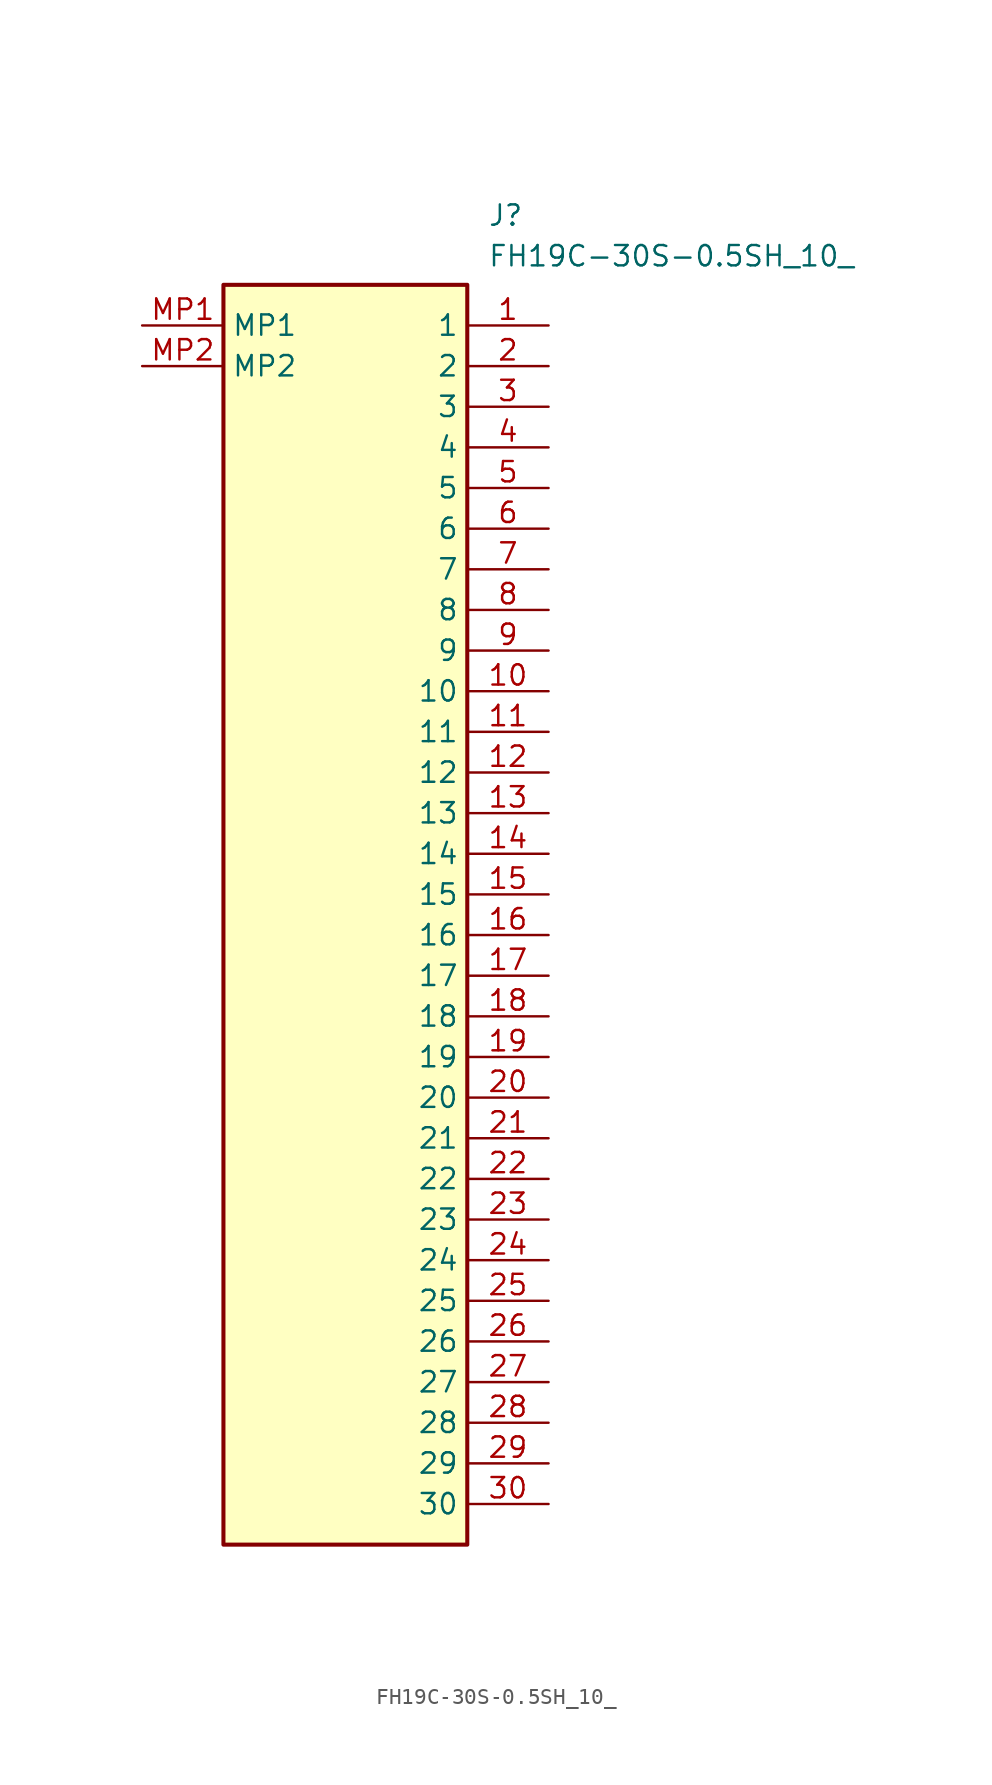
<source format=kicad_sym>
(kicad_symbol_lib
  (version 20211014)
  (generator SamacSys_ECAD_Model)
  (symbol "FH19C-30S-0.5SH_10_"
    (property "Reference" "J"
      (at 21.59 7.62 0)
      (effects (font (size 1.27 1.27)) (justify left top)))
    (property "Value" "FH19C-30S-0.5SH_10_"
      (at 21.59 5.08 0)
      (effects (font (size 1.27 1.27)) (justify left top)))
    (rectangle
      (start 5.08 2.54)
      (end 20.32 -76.2)
      (stroke (width 0.254) (type default))
      (fill (type background)))
    (pin passive line
      (at 25.4 0 180)
      (length 5.08)
      (name "1" (effects (font (size 1.27 1.27))))
      (number "1" (effects (font (size 1.27 1.27)))))
    (pin passive line
      (at 25.4 -2.54 180)
      (length 5.08)
      (name "2" (effects (font (size 1.27 1.27))))
      (number "2" (effects (font (size 1.27 1.27)))))
    (pin passive line
      (at 25.4 -5.08 180)
      (length 5.08)
      (name "3" (effects (font (size 1.27 1.27))))
      (number "3" (effects (font (size 1.27 1.27)))))
    (pin passive line
      (at 25.4 -7.62 180)
      (length 5.08)
      (name "4" (effects (font (size 1.27 1.27))))
      (number "4" (effects (font (size 1.27 1.27)))))
    (pin passive line
      (at 25.4 -10.16 180)
      (length 5.08)
      (name "5" (effects (font (size 1.27 1.27))))
      (number "5" (effects (font (size 1.27 1.27)))))
    (pin passive line
      (at 25.4 -12.7 180)
      (length 5.08)
      (name "6" (effects (font (size 1.27 1.27))))
      (number "6" (effects (font (size 1.27 1.27)))))
    (pin passive line
      (at 25.4 -15.24 180)
      (length 5.08)
      (name "7" (effects (font (size 1.27 1.27))))
      (number "7" (effects (font (size 1.27 1.27)))))
    (pin passive line
      (at 25.4 -17.78 180)
      (length 5.08)
      (name "8" (effects (font (size 1.27 1.27))))
      (number "8" (effects (font (size 1.27 1.27)))))
    (pin passive line
      (at 25.4 -20.32 180)
      (length 5.08)
      (name "9" (effects (font (size 1.27 1.27))))
      (number "9" (effects (font (size 1.27 1.27)))))
    (pin passive line
      (at 25.4 -22.86 180)
      (length 5.08)
      (name "10" (effects (font (size 1.27 1.27))))
      (number "10" (effects (font (size 1.27 1.27)))))
    (pin passive line
      (at 25.4 -25.4 180)
      (length 5.08)
      (name "11" (effects (font (size 1.27 1.27))))
      (number "11" (effects (font (size 1.27 1.27)))))
    (pin passive line
      (at 25.4 -27.94 180)
      (length 5.08)
      (name "12" (effects (font (size 1.27 1.27))))
      (number "12" (effects (font (size 1.27 1.27)))))
    (pin passive line
      (at 25.4 -30.48 180)
      (length 5.08)
      (name "13" (effects (font (size 1.27 1.27))))
      (number "13" (effects (font (size 1.27 1.27)))))
    (pin passive line
      (at 25.4 -33.02 180)
      (length 5.08)
      (name "14" (effects (font (size 1.27 1.27))))
      (number "14" (effects (font (size 1.27 1.27)))))
    (pin passive line
      (at 25.4 -35.56 180)
      (length 5.08)
      (name "15" (effects (font (size 1.27 1.27))))
      (number "15" (effects (font (size 1.27 1.27)))))
    (pin passive line
      (at 25.4 -38.1 180)
      (length 5.08)
      (name "16" (effects (font (size 1.27 1.27))))
      (number "16" (effects (font (size 1.27 1.27)))))
    (pin passive line
      (at 25.4 -40.64 180)
      (length 5.08)
      (name "17" (effects (font (size 1.27 1.27))))
      (number "17" (effects (font (size 1.27 1.27)))))
    (pin passive line
      (at 25.4 -43.18 180)
      (length 5.08)
      (name "18" (effects (font (size 1.27 1.27))))
      (number "18" (effects (font (size 1.27 1.27)))))
    (pin passive line
      (at 25.4 -45.72 180)
      (length 5.08)
      (name "19" (effects (font (size 1.27 1.27))))
      (number "19" (effects (font (size 1.27 1.27)))))
    (pin passive line
      (at 25.4 -48.26 180)
      (length 5.08)
      (name "20" (effects (font (size 1.27 1.27))))
      (number "20" (effects (font (size 1.27 1.27)))))
    (pin passive line
      (at 25.4 -50.8 180)
      (length 5.08)
      (name "21" (effects (font (size 1.27 1.27))))
      (number "21" (effects (font (size 1.27 1.27)))))
    (pin passive line
      (at 25.4 -53.34 180)
      (length 5.08)
      (name "22" (effects (font (size 1.27 1.27))))
      (number "22" (effects (font (size 1.27 1.27)))))
    (pin passive line
      (at 25.4 -55.88 180)
      (length 5.08)
      (name "23" (effects (font (size 1.27 1.27))))
      (number "23" (effects (font (size 1.27 1.27)))))
    (pin passive line
      (at 25.4 -58.42 180)
      (length 5.08)
      (name "24" (effects (font (size 1.27 1.27))))
      (number "24" (effects (font (size 1.27 1.27)))))
    (pin passive line
      (at 25.4 -60.96 180)
      (length 5.08)
      (name "25" (effects (font (size 1.27 1.27))))
      (number "25" (effects (font (size 1.27 1.27)))))
    (pin passive line
      (at 25.4 -63.5 180)
      (length 5.08)
      (name "26" (effects (font (size 1.27 1.27))))
      (number "26" (effects (font (size 1.27 1.27)))))
    (pin passive line
      (at 25.4 -66.04 180)
      (length 5.08)
      (name "27" (effects (font (size 1.27 1.27))))
      (number "27" (effects (font (size 1.27 1.27)))))
    (pin passive line
      (at 25.4 -68.58 180)
      (length 5.08)
      (name "28" (effects (font (size 1.27 1.27))))
      (number "28" (effects (font (size 1.27 1.27)))))
    (pin passive line
      (at 25.4 -71.12 180)
      (length 5.08)
      (name "29" (effects (font (size 1.27 1.27))))
      (number "29" (effects (font (size 1.27 1.27)))))
    (pin passive line
      (at 25.4 -73.66 180)
      (length 5.08)
      (name "30" (effects (font (size 1.27 1.27))))
      (number "30" (effects (font (size 1.27 1.27)))))
    (pin passive line
      (at 0 0 0)
      (length 5.08)
      (name "MP1" (effects (font (size 1.27 1.27))))
      (number "MP1" (effects (font (size 1.27 1.27)))))
    (pin passive line
      (at 0 -2.54 0)
      (length 5.08)
      (name "MP2" (effects (font (size 1.27 1.27))))
      (number "MP2" (effects (font (size 1.27 1.27)))))))
</source>
